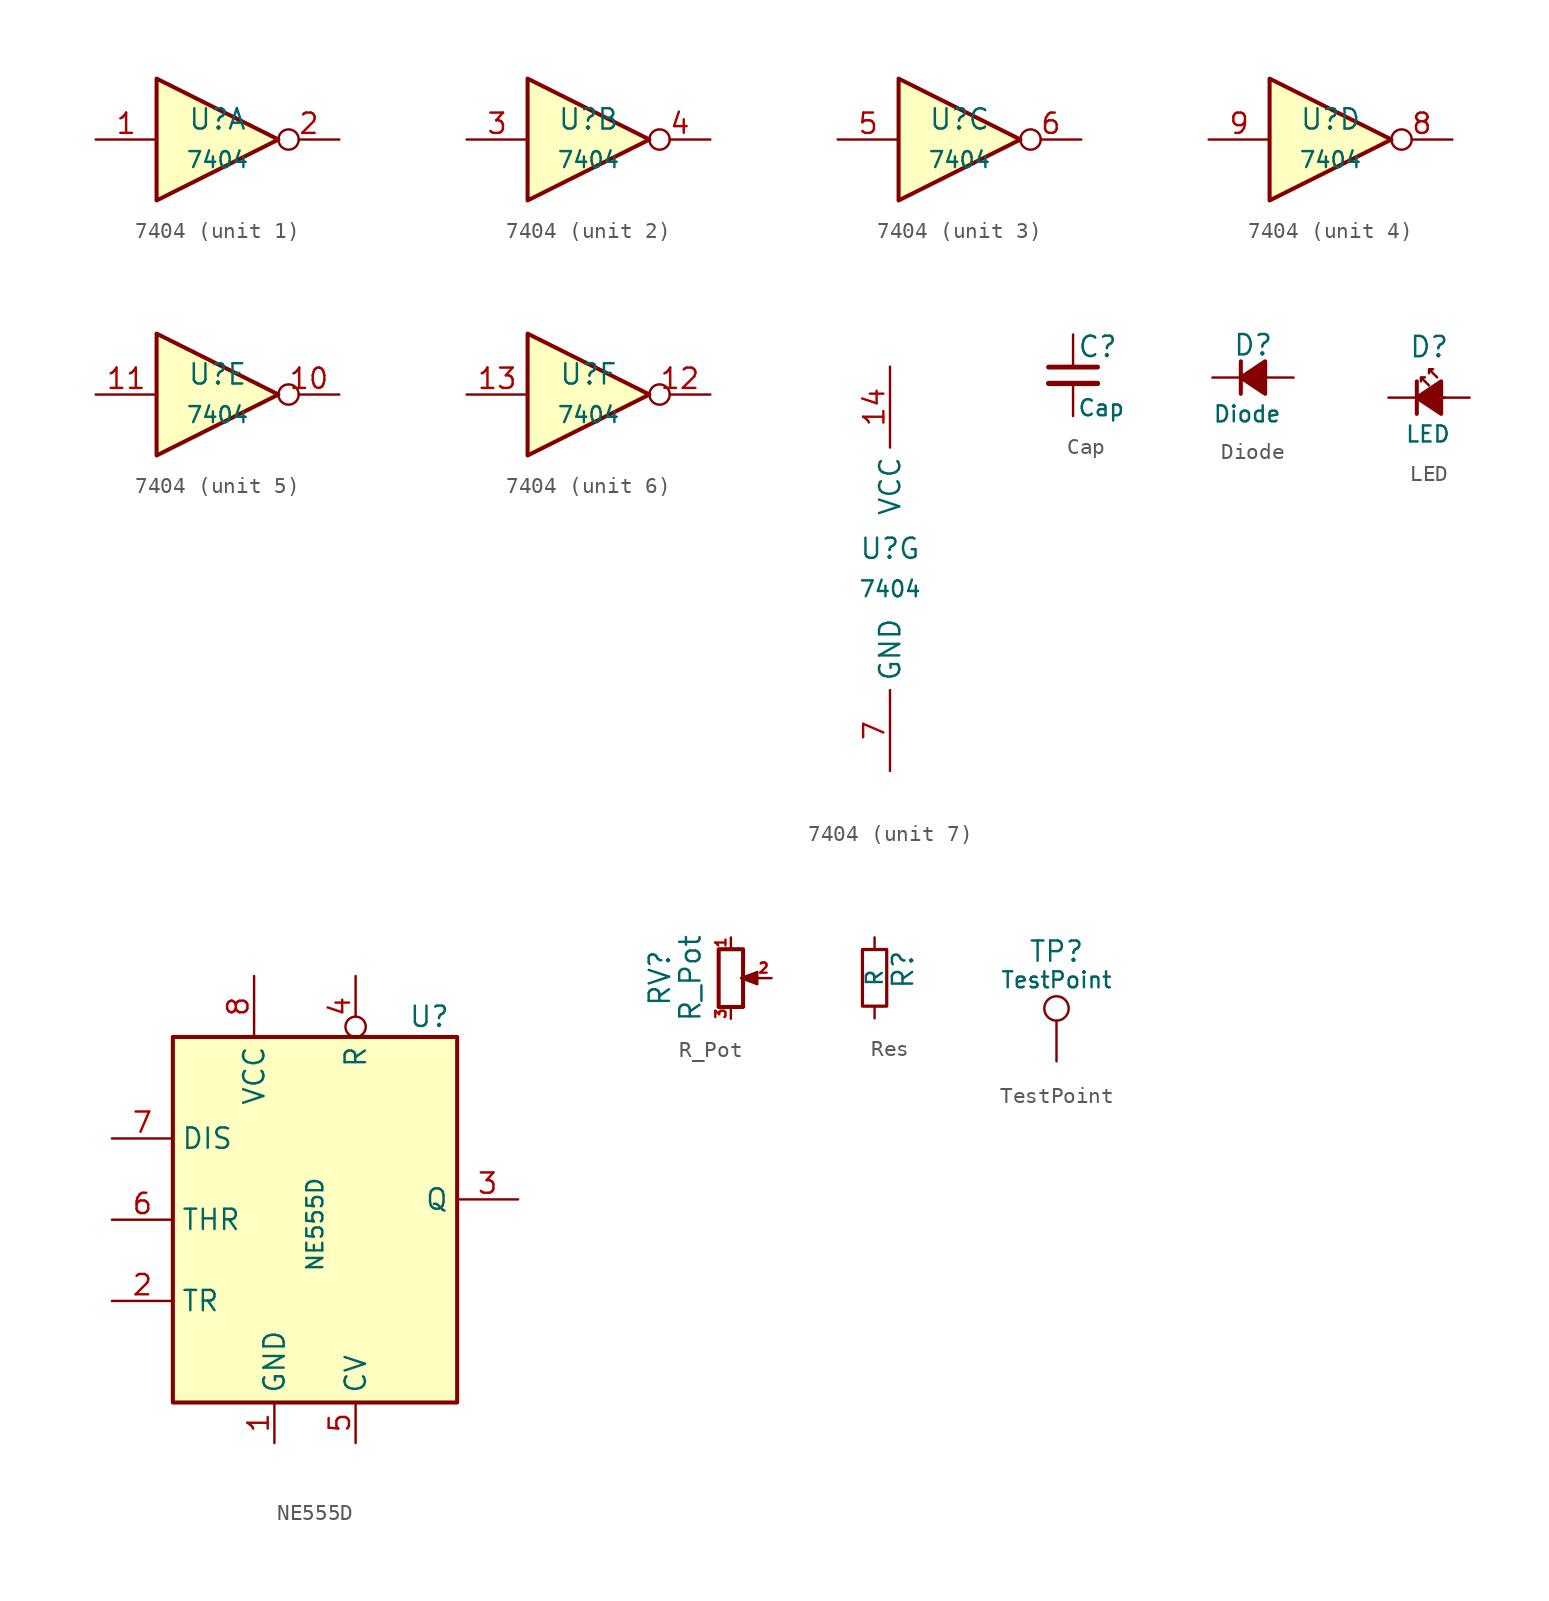
<source format=kicad_sym>
(kicad_symbol_lib
  (version 20231120)
  (generator "kicad_symbol_editor")
  (generator_version "8.0")
  (symbol "7404"
    (property "Reference" "U"
      (at 0 1.27 0)
      (effects (font (size 1.27 1.27))))
    (property "Value" "7404"
      (at 0 -1.27 0)
      (effects (font (size 1 1))))
    (property "ki_locked" ""
      (at 0 0 0)
      (effects (font (size 1.27 1.27))))
    (symbol "7404_1_0"
      (polyline (pts (xy -3.81 3.81) (xy -3.81 -3.81) (xy 3.81 0) (xy -3.81 3.81)) (stroke (width 0.254) (type default)) (fill (type background)))
      (pin input line (at -7.62 0 0) (length 3.81) (name "~" (effects (font (size 1.27 1.27)))) (number "1" (effects (font (size 1.27 1.27)))))
      (pin output inverted (at 7.62 0 180) (length 3.81) (name "~" (effects (font (size 1.27 1.27)))) (number "2" (effects (font (size 1.27 1.27))))))
    (symbol "7404_2_0"
      (polyline (pts (xy -3.81 3.81) (xy -3.81 -3.81) (xy 3.81 0) (xy -3.81 3.81)) (stroke (width 0.254) (type default)) (fill (type background)))
      (pin input line (at -7.62 0 0) (length 3.81) (name "~" (effects (font (size 1.27 1.27)))) (number "3" (effects (font (size 1.27 1.27)))))
      (pin output inverted (at 7.62 0 180) (length 3.81) (name "~" (effects (font (size 1.27 1.27)))) (number "4" (effects (font (size 1.27 1.27))))))
    (symbol "7404_3_0"
      (polyline (pts (xy -3.81 3.81) (xy -3.81 -3.81) (xy 3.81 0) (xy -3.81 3.81)) (stroke (width 0.254) (type default)) (fill (type background)))
      (pin input line (at -7.62 0 0) (length 3.81) (name "~" (effects (font (size 1.27 1.27)))) (number "5" (effects (font (size 1.27 1.27)))))
      (pin output inverted (at 7.62 0 180) (length 3.81) (name "~" (effects (font (size 1.27 1.27)))) (number "6" (effects (font (size 1.27 1.27))))))
    (symbol "7404_4_0"
      (polyline (pts (xy -3.81 3.81) (xy -3.81 -3.81) (xy 3.81 0) (xy -3.81 3.81)) (stroke (width 0.254) (type default)) (fill (type background)))
      (pin output inverted (at 7.62 0 180) (length 3.81) (name "~" (effects (font (size 1.27 1.27)))) (number "8" (effects (font (size 1.27 1.27)))))
      (pin input line (at -7.62 0 0) (length 3.81) (name "~" (effects (font (size 1.27 1.27)))) (number "9" (effects (font (size 1.27 1.27))))))
    (symbol "7404_5_0"
      (polyline (pts (xy -3.81 3.81) (xy -3.81 -3.81) (xy 3.81 0) (xy -3.81 3.81)) (stroke (width 0.254) (type default)) (fill (type background)))
      (pin output inverted (at 7.62 0 180) (length 3.81) (name "~" (effects (font (size 1.27 1.27)))) (number "10" (effects (font (size 1.27 1.27)))))
      (pin input line (at -7.62 0 0) (length 3.81) (name "~" (effects (font (size 1.27 1.27)))) (number "11" (effects (font (size 1.27 1.27))))))
    (symbol "7404_6_0"
      (polyline (pts (xy -3.81 3.81) (xy -3.81 -3.81) (xy 3.81 0) (xy -3.81 3.81)) (stroke (width 0.254) (type default)) (fill (type background)))
      (pin output inverted (at 7.62 0 180) (length 3.81) (name "~" (effects (font (size 1.27 1.27)))) (number "12" (effects (font (size 1.27 1.27)))))
      (pin input line (at -7.62 0 0) (length 3.81) (name "~" (effects (font (size 1.27 1.27)))) (number "13" (effects (font (size 1.27 1.27))))))
    (symbol "7404_7_0"
      (pin power_in line (at 0 12.7 270) (length 5.08) (name "VCC" (effects (font (size 1.27 1.27)))) (number "14" (effects (font (size 1.27 1.27)))))
      (pin power_in line (at 0 -12.7 90) (length 5.08) (name "GND" (effects (font (size 1.27 1.27)))) (number "7" (effects (font (size 1.27 1.27)))))))
  (symbol "Cap"
    (pin_numbers hide)
    (pin_names
      (offset 0.254) hide)
    (property "Reference" "C"
      (at 0.254 1.778 0)
      (effects (font (size 1.27 1.27)) (justify left)))
    (property "Value" "Cap"
      (at 0.254 -2.032 0)
      (effects (font (size 1 1)) (justify left)))
    (symbol "Cap_0_1"
      (polyline (pts (xy -1.524 -0.508) (xy 1.524 -0.508)) (stroke (width 0.33) (type default)) (fill (type none)))
      (polyline (pts (xy -1.524 0.508) (xy 1.524 0.508)) (stroke (width 0.305) (type default)) (fill (type none))))
    (symbol "Cap_1_1"
      (pin passive line (at 0 2.54 270) (length 2.032) (name "~" (effects (font (size 1.27 1.27)))) (number "1" (effects (font (size 1.27 1.27)))))
      (pin passive line (at 0 -2.54 90) (length 2.032) (name "~" (effects (font (size 1.27 1.27)))) (number "2" (effects (font (size 1.27 1.27)))))))
  (symbol "Diode"
    (pin_numbers hide)
    (pin_names
      (offset 0.254) hide)
    (property "Reference" "D"
      (at -1.27 2.032 0)
      (effects (font (size 1.27 1.27)) (justify left)))
    (property "Value" "Diode"
      (at -2.54 -2.286 0)
      (effects (font (size 1 1)) (justify left)))
    (symbol "Diode_0_1"
      (polyline (pts (xy -0.762 -1.016) (xy -0.762 1.016)) (stroke (width 0.254) (type default)) (fill (type none)))
      (polyline (pts (xy -0.762 0) (xy 0.762 0)) (stroke (width 0) (type default)) (fill (type none)))
      (polyline (pts (xy 0.762 -1.016) (xy -0.762 0) (xy 0.762 1.016) (xy 0.762 -1.016)) (stroke (width 0.254) (type default)) (fill (type outline))))
    (symbol "Diode_1_1"
      (pin passive line (at -2.54 0 0) (length 1.778) (name "K" (effects (font (size 1.27 1.27)))) (number "1" (effects (font (size 1.27 1.27)))))
      (pin passive line (at 2.54 0 180) (length 1.778) (name "A" (effects (font (size 1.27 1.27)))) (number "2" (effects (font (size 1.27 1.27)))))))
  (symbol "LED"
    (pin_numbers hide)
    (pin_names
      (offset 0.254) hide)
    (property "Reference" "D"
      (at -1.27 3.175 0)
      (effects (font (size 1.27 1.27)) (justify left)))
    (property "Value" "LED"
      (at -1.524 -2.286 0)
      (effects (font (size 1 1)) (justify left)))
    (symbol "LED_0_1"
      (polyline (pts (xy -0.762 -1.016) (xy -0.762 1.016)) (stroke (width 0.254) (type default)) (fill (type none)))
      (polyline (pts (xy 1.016 0) (xy -0.762 0)) (stroke (width 0) (type default)) (fill (type none)))
      (polyline (pts (xy 0.762 -1.016) (xy -0.762 0) (xy 0.762 1.016) (xy 0.762 -1.016)) (stroke (width 0.254) (type default)) (fill (type outline)))
      (polyline (pts (xy 0 0.762) (xy -0.508 1.27) (xy -0.254 1.27) (xy -0.508 1.27) (xy -0.508 1.016)) (stroke (width 0) (type default)) (fill (type none)))
      (polyline (pts (xy 0.508 1.27) (xy 0 1.778) (xy 0.254 1.778) (xy 0 1.778) (xy 0 1.524)) (stroke (width 0) (type default)) (fill (type none))))
    (symbol "LED_1_1"
      (pin passive line (at -2.54 0 0) (length 1.778) (name "K" (effects (font (size 1.27 1.27)))) (number "1" (effects (font (size 1.27 1.27)))))
      (pin passive line (at 2.54 0 180) (length 1.778) (name "A" (effects (font (size 1.27 1.27)))) (number "2" (effects (font (size 1.27 1.27)))))))
  (symbol "NE555D"
    (property "Reference" "U"
      (at 5.842 12.7 0)
      (effects (font (size 1.27 1.27)) (justify left)))
    (property "Value" "NE555D"
      (at 0 -3.302 90)
      (effects (font (size 1 1)) (justify left)))
    (symbol "NE555D_0_0"
      (pin power_in line (at -2.54 -13.97 90) (length 2.54) (name "GND" (effects (font (size 1.27 1.27)))) (number "1" (effects (font (size 1.27 1.27))))))
    (symbol "NE555D_0_1"
      (rectangle (start -8.89 11.43) (end 8.89 -11.43) (stroke (width 0.254) (type default)) (fill (type background))))
    (symbol "NE555D_1_0"
      (pin power_in line (at -3.81 15.24 270) (length 3.81) (name "VCC" (effects (font (size 1.27 1.27)))) (number "8" (effects (font (size 1.27 1.27))))))
    (symbol "NE555D_1_1"
      (pin input line (at -12.7 -5.08 0) (length 3.81) (name "TR" (effects (font (size 1.27 1.27)))) (number "2" (effects (font (size 1.27 1.27)))))
      (pin output line (at 12.7 1.27 180) (length 3.81) (name "Q" (effects (font (size 1.27 1.27)))) (number "3" (effects (font (size 1.27 1.27)))))
      (pin input inverted (at 2.54 15.24 270) (length 3.81) (name "R" (effects (font (size 1.27 1.27)))) (number "4" (effects (font (size 1.27 1.27)))))
      (pin input line (at 2.54 -13.97 90) (length 2.54) (name "CV" (effects (font (size 1.27 1.27)))) (number "5" (effects (font (size 1.27 1.27)))))
      (pin input line (at -12.7 0 0) (length 3.81) (name "THR" (effects (font (size 1.27 1.27)))) (number "6" (effects (font (size 1.27 1.27)))))
      (pin input line (at -12.7 5.08 0) (length 3.81) (name "DIS" (effects (font (size 1.27 1.27)))) (number "7" (effects (font (size 1.27 1.27)))))))
  (symbol "R_Pot"
    (pin_names
      (offset 1.016) hide)
    (property "Reference" "RV"
      (at -4.445 0 90)
      (effects (font (size 1.27 1.27))))
    (property "Value" "R_Pot"
      (at -2.54 0 90)
      (effects (font (size 1.27 1.27))))
    (symbol "R_Pot_0_1"
      (polyline (pts (xy 0.889 0) (xy 0.635 0) (xy 1.651 0.381) (xy 1.651 -0.381) (xy 0.635 0) (xy 0.889 0)) (stroke (width 0) (type default)) (fill (type outline)))
      (rectangle (start 0.762 1.803) (end -0.762 -1.803) (stroke (width 0.254) (type default)) (fill (type none))))
    (symbol "R_Pot_1_1"
      (pin passive line (at 0 2.54 270) (length 0.635) (name "1" (effects (font (size 0.635 0.635)))) (number "1" (effects (font (size 0.635 0.635)))))
      (pin passive line (at 2.54 0 180) (length 0.991) (name "2" (effects (font (size 0.635 0.635)))) (number "2" (effects (font (size 0.635 0.635)))))
      (pin passive line (at 0 -2.54 90) (length 0.635) (name "3" (effects (font (size 0.635 0.635)))) (number "3" (effects (font (size 0.635 0.635)))))))
  (symbol "Res"
    (pin_numbers hide)
    (pin_names
      (offset 0.254) hide)
    (property "Reference" "R"
      (at 1.778 -0.762 90)
      (effects (font (size 1.27 1.27)) (justify left)))
    (property "Value" "R"
      (at 0 0 90)
      (effects (font (size 1 1))))
    (symbol "Res_0_1"
      (rectangle (start -0.762 1.778) (end 0.762 -1.778) (stroke (width 0.203) (type default)) (fill (type none))))
    (symbol "Res_1_1"
      (pin passive line (at 0 2.54 270) (length 0.762) (name "~" (effects (font (size 1.27 1.27)))) (number "1" (effects (font (size 1.27 1.27)))))
      (pin passive line (at 0 -2.54 90) (length 0.762) (name "~" (effects (font (size 1.27 1.27)))) (number "2" (effects (font (size 1.27 1.27)))))))
  (symbol "TestPoint"
    (pin_numbers hide)
    (pin_names
      (offset 0.762) hide)
    (property "Reference" "TP"
      (at 0 6.858 0)
      (effects (font (size 1.27 1.27))))
    (property "Value" "TestPoint"
      (at 0 5.08 0)
      (effects (font (size 1 1))))
    (symbol "TestPoint_0_1"
      (circle (center 0 3.302) (radius 0.762) (stroke (width 0) (type default)) (fill (type none))))
    (symbol "TestPoint_1_1"
      (pin passive line (at 0 0 90) (length 2.54) (name "1" (effects (font (size 1.27 1.27)))) (number "1" (effects (font (size 1.27 1.27))))))))
</source>
